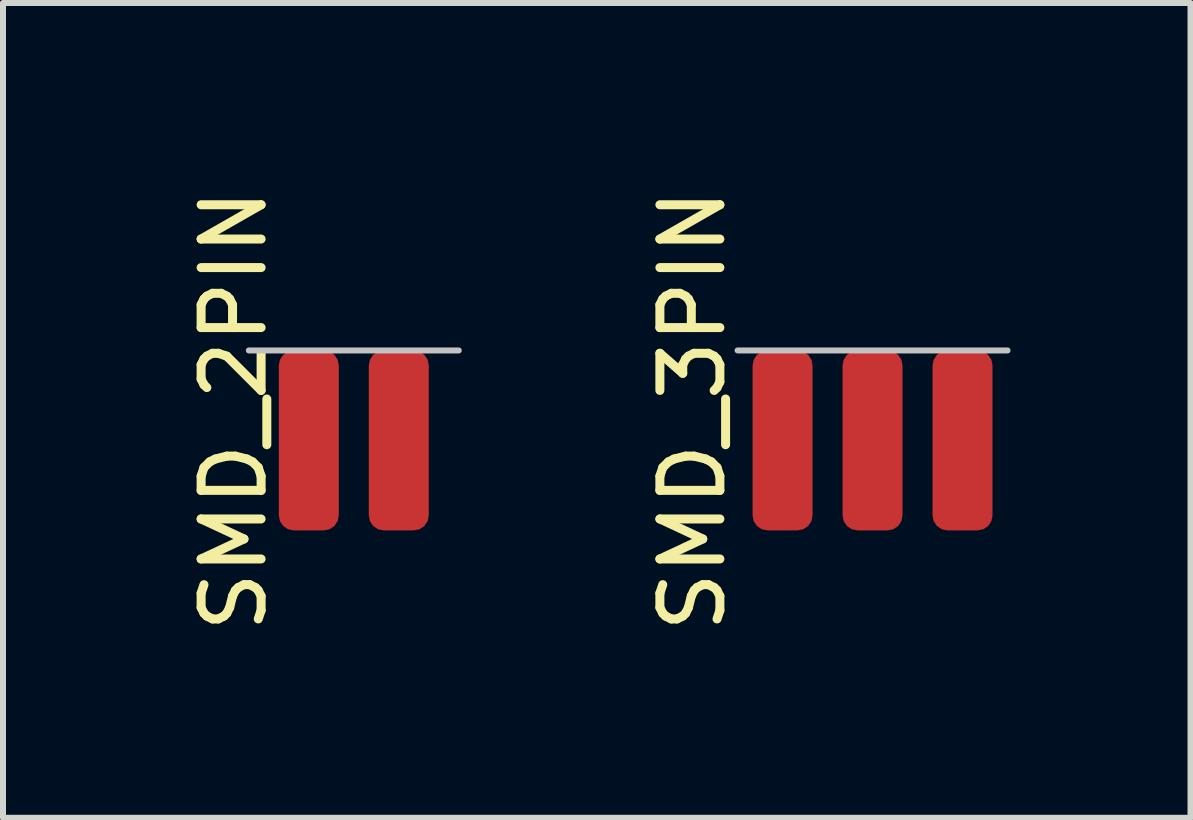
<source format=kicad_pcb>
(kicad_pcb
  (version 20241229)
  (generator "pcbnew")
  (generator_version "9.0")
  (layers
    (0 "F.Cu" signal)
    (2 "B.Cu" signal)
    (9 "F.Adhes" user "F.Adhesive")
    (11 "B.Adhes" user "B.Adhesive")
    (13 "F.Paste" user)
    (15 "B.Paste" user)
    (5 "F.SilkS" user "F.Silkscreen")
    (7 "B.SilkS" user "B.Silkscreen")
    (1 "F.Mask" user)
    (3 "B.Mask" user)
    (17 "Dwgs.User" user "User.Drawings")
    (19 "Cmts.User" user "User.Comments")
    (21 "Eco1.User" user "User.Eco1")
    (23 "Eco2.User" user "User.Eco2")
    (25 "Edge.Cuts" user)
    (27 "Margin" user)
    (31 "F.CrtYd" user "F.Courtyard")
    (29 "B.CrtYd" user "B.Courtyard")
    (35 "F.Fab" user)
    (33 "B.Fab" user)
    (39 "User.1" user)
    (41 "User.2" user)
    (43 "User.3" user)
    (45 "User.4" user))
  (footprint "SMD_3PIN"
    (layer "F.Cu")
    (at 11.496 3.792)
    (property "Reference" "SMD_3PIN" (at -3 0 90) (unlocked yes) (layer "F.SilkS") (effects (font (size 1 1) (thickness 0.15))))
    (attr smd)
    (fp_line (start -2.25 -1) (end 2.25 -1) (stroke (width 0.1) (type default)) (layer "Dwgs.User"))
    (pad "1" smd roundrect (at -1.5 0.5) (size 1 3) (layers "F.Cu" "F.Mask" "F.Paste") (roundrect_rratio 0.25))
    (pad "2" smd roundrect (at 0 0.5) (size 1 3) (layers "F.Cu" "F.Mask" "F.Paste") (roundrect_rratio 0.25))
    (pad "3" smd roundrect (at 1.5 0.5) (size 1 3) (layers "F.Cu" "F.Mask" "F.Paste") (roundrect_rratio 0.25)))
  (footprint "SMD_2PIN"
    (layer "F.Cu")
    (at 2.848 3.792)
    (property "Reference" "SMD_2PIN" (at -2 0 90) (unlocked yes) (layer "F.SilkS") (effects (font (size 1 1) (thickness 0.15))))
    (attr smd)
    (fp_line (start -1.75 -1) (end 1.75 -1) (stroke (width 0.1) (type default)) (layer "Dwgs.User"))
    (pad "1" smd roundrect (at -0.75 0.5 90) (size 3 1) (layers "F.Cu" "F.Mask" "F.Paste") (roundrect_rratio 0.25))
    (pad "2" smd roundrect (at 0.75 0.5 90) (size 3 1) (layers "F.Cu" "F.Mask" "F.Paste") (roundrect_rratio 0.25)))
  (gr_rect
    (start -3 -3)
    (end 16.797 10.583)
    (stroke (width 0.1) (type default))
    (fill no)
    (layer "Edge.Cuts")))
</source>
